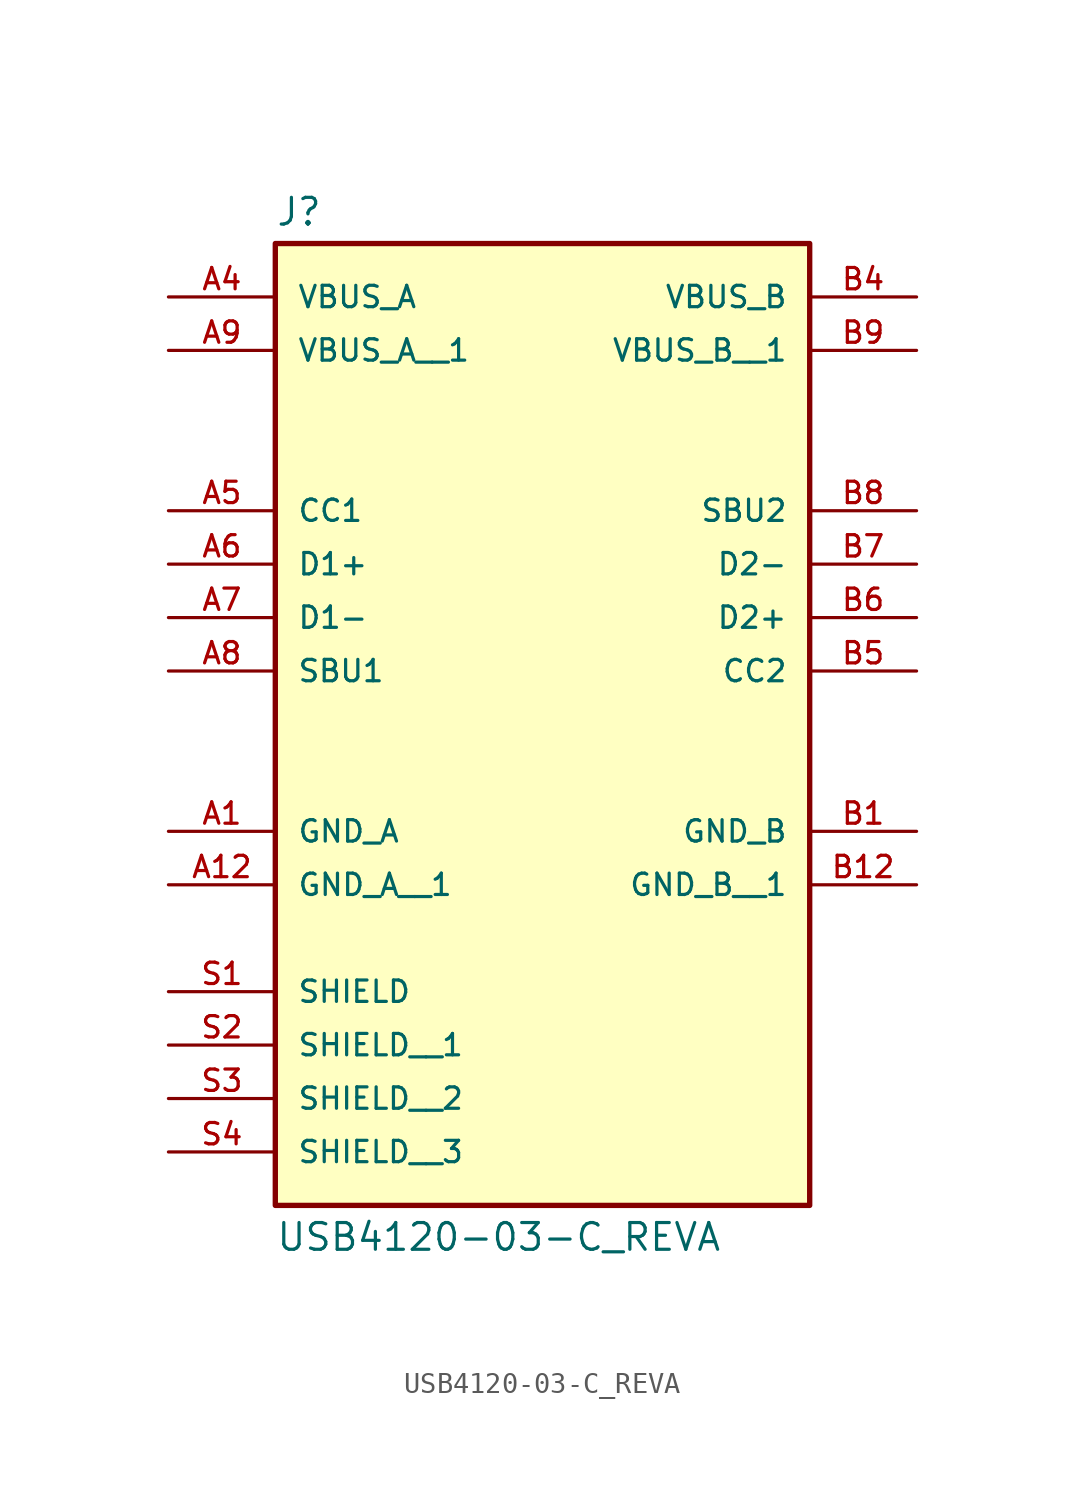
<source format=kicad_sym>
(kicad_symbol_lib
  (version 20211014)
  (generator kicad_symbol_editor)
  (symbol "USB4120-03-C_REVA"
    (pin_names
      (offset 1.016))
    (property "Reference" "J"
      (at -12.7 16.002 0)
      (effects (font (size 1.27 1.27)) (justify bottom left)))
    (property "Value" "USB4120-03-C_REVA"
      (at -12.7 -31.242 0.0)
      (effects (font (size 1.27 1.27)) (justify top left)))
    (symbol "USB4120-03-C_REVA_0_0"
      (rectangle (start -12.7 -30.48) (end 12.7 15.24) (stroke (width 0.254)) (fill (type background)))
      (pin power_in line (at -17.78 -12.7 0) (length 5.08) (name "GND_A" (effects (font (size 1.016 1.016)))) (number "A1" (effects (font (size 1.016 1.016)))))
      (pin power_in line (at -17.78 12.7 0) (length 5.08) (name "VBUS_A" (effects (font (size 1.016 1.016)))) (number "A4" (effects (font (size 1.016 1.016)))))
      (pin bidirectional line (at -17.78 0.0 0) (length 5.08) (name "D1+" (effects (font (size 1.016 1.016)))) (number "A6" (effects (font (size 1.016 1.016)))))
      (pin bidirectional line (at -17.78 2.54 0) (length 5.08) (name "CC1" (effects (font (size 1.016 1.016)))) (number "A5" (effects (font (size 1.016 1.016)))))
      (pin bidirectional line (at -17.78 -5.08 0) (length 5.08) (name "SBU1" (effects (font (size 1.016 1.016)))) (number "A8" (effects (font (size 1.016 1.016)))))
      (pin bidirectional line (at -17.78 -2.54 0) (length 5.08) (name "D1-" (effects (font (size 1.016 1.016)))) (number "A7" (effects (font (size 1.016 1.016)))))
      (pin passive line (at -17.78 -20.32 0) (length 5.08) (name "SHIELD" (effects (font (size 1.016 1.016)))) (number "S1" (effects (font (size 1.016 1.016)))))
      (pin power_in line (at 17.78 -12.7 180.0) (length 5.08) (name "GND_B" (effects (font (size 1.016 1.016)))) (number "B1" (effects (font (size 1.016 1.016)))))
      (pin power_in line (at 17.78 12.7 180.0) (length 5.08) (name "VBUS_B" (effects (font (size 1.016 1.016)))) (number "B4" (effects (font (size 1.016 1.016)))))
      (pin bidirectional line (at 17.78 -2.54 180.0) (length 5.08) (name "D2+" (effects (font (size 1.016 1.016)))) (number "B6" (effects (font (size 1.016 1.016)))))
      (pin bidirectional line (at 17.78 -5.08 180.0) (length 5.08) (name "CC2" (effects (font (size 1.016 1.016)))) (number "B5" (effects (font (size 1.016 1.016)))))
      (pin bidirectional line (at 17.78 2.54 180.0) (length 5.08) (name "SBU2" (effects (font (size 1.016 1.016)))) (number "B8" (effects (font (size 1.016 1.016)))))
      (pin bidirectional line (at 17.78 0.0 180.0) (length 5.08) (name "D2-" (effects (font (size 1.016 1.016)))) (number "B7" (effects (font (size 1.016 1.016)))))
      (pin power_in line (at -17.78 10.16 0) (length 5.08) (name "VBUS_A__1" (effects (font (size 1.016 1.016)))) (number "A9" (effects (font (size 1.016 1.016)))))
      (pin power_in line (at -17.78 -15.24 0) (length 5.08) (name "GND_A__1" (effects (font (size 1.016 1.016)))) (number "A12" (effects (font (size 1.016 1.016)))))
      (pin passive line (at -17.78 -22.86 0) (length 5.08) (name "SHIELD__1" (effects (font (size 1.016 1.016)))) (number "S2" (effects (font (size 1.016 1.016)))))
      (pin passive line (at -17.78 -25.4 0) (length 5.08) (name "SHIELD__2" (effects (font (size 1.016 1.016)))) (number "S3" (effects (font (size 1.016 1.016)))))
      (pin passive line (at -17.78 -27.94 0) (length 5.08) (name "SHIELD__3" (effects (font (size 1.016 1.016)))) (number "S4" (effects (font (size 1.016 1.016)))))
      (pin power_in line (at 17.78 10.16 180.0) (length 5.08) (name "VBUS_B__1" (effects (font (size 1.016 1.016)))) (number "B9" (effects (font (size 1.016 1.016)))))
      (pin power_in line (at 17.78 -15.24 180.0) (length 5.08) (name "GND_B__1" (effects (font (size 1.016 1.016)))) (number "B12" (effects (font (size 1.016 1.016))))))))
</source>
